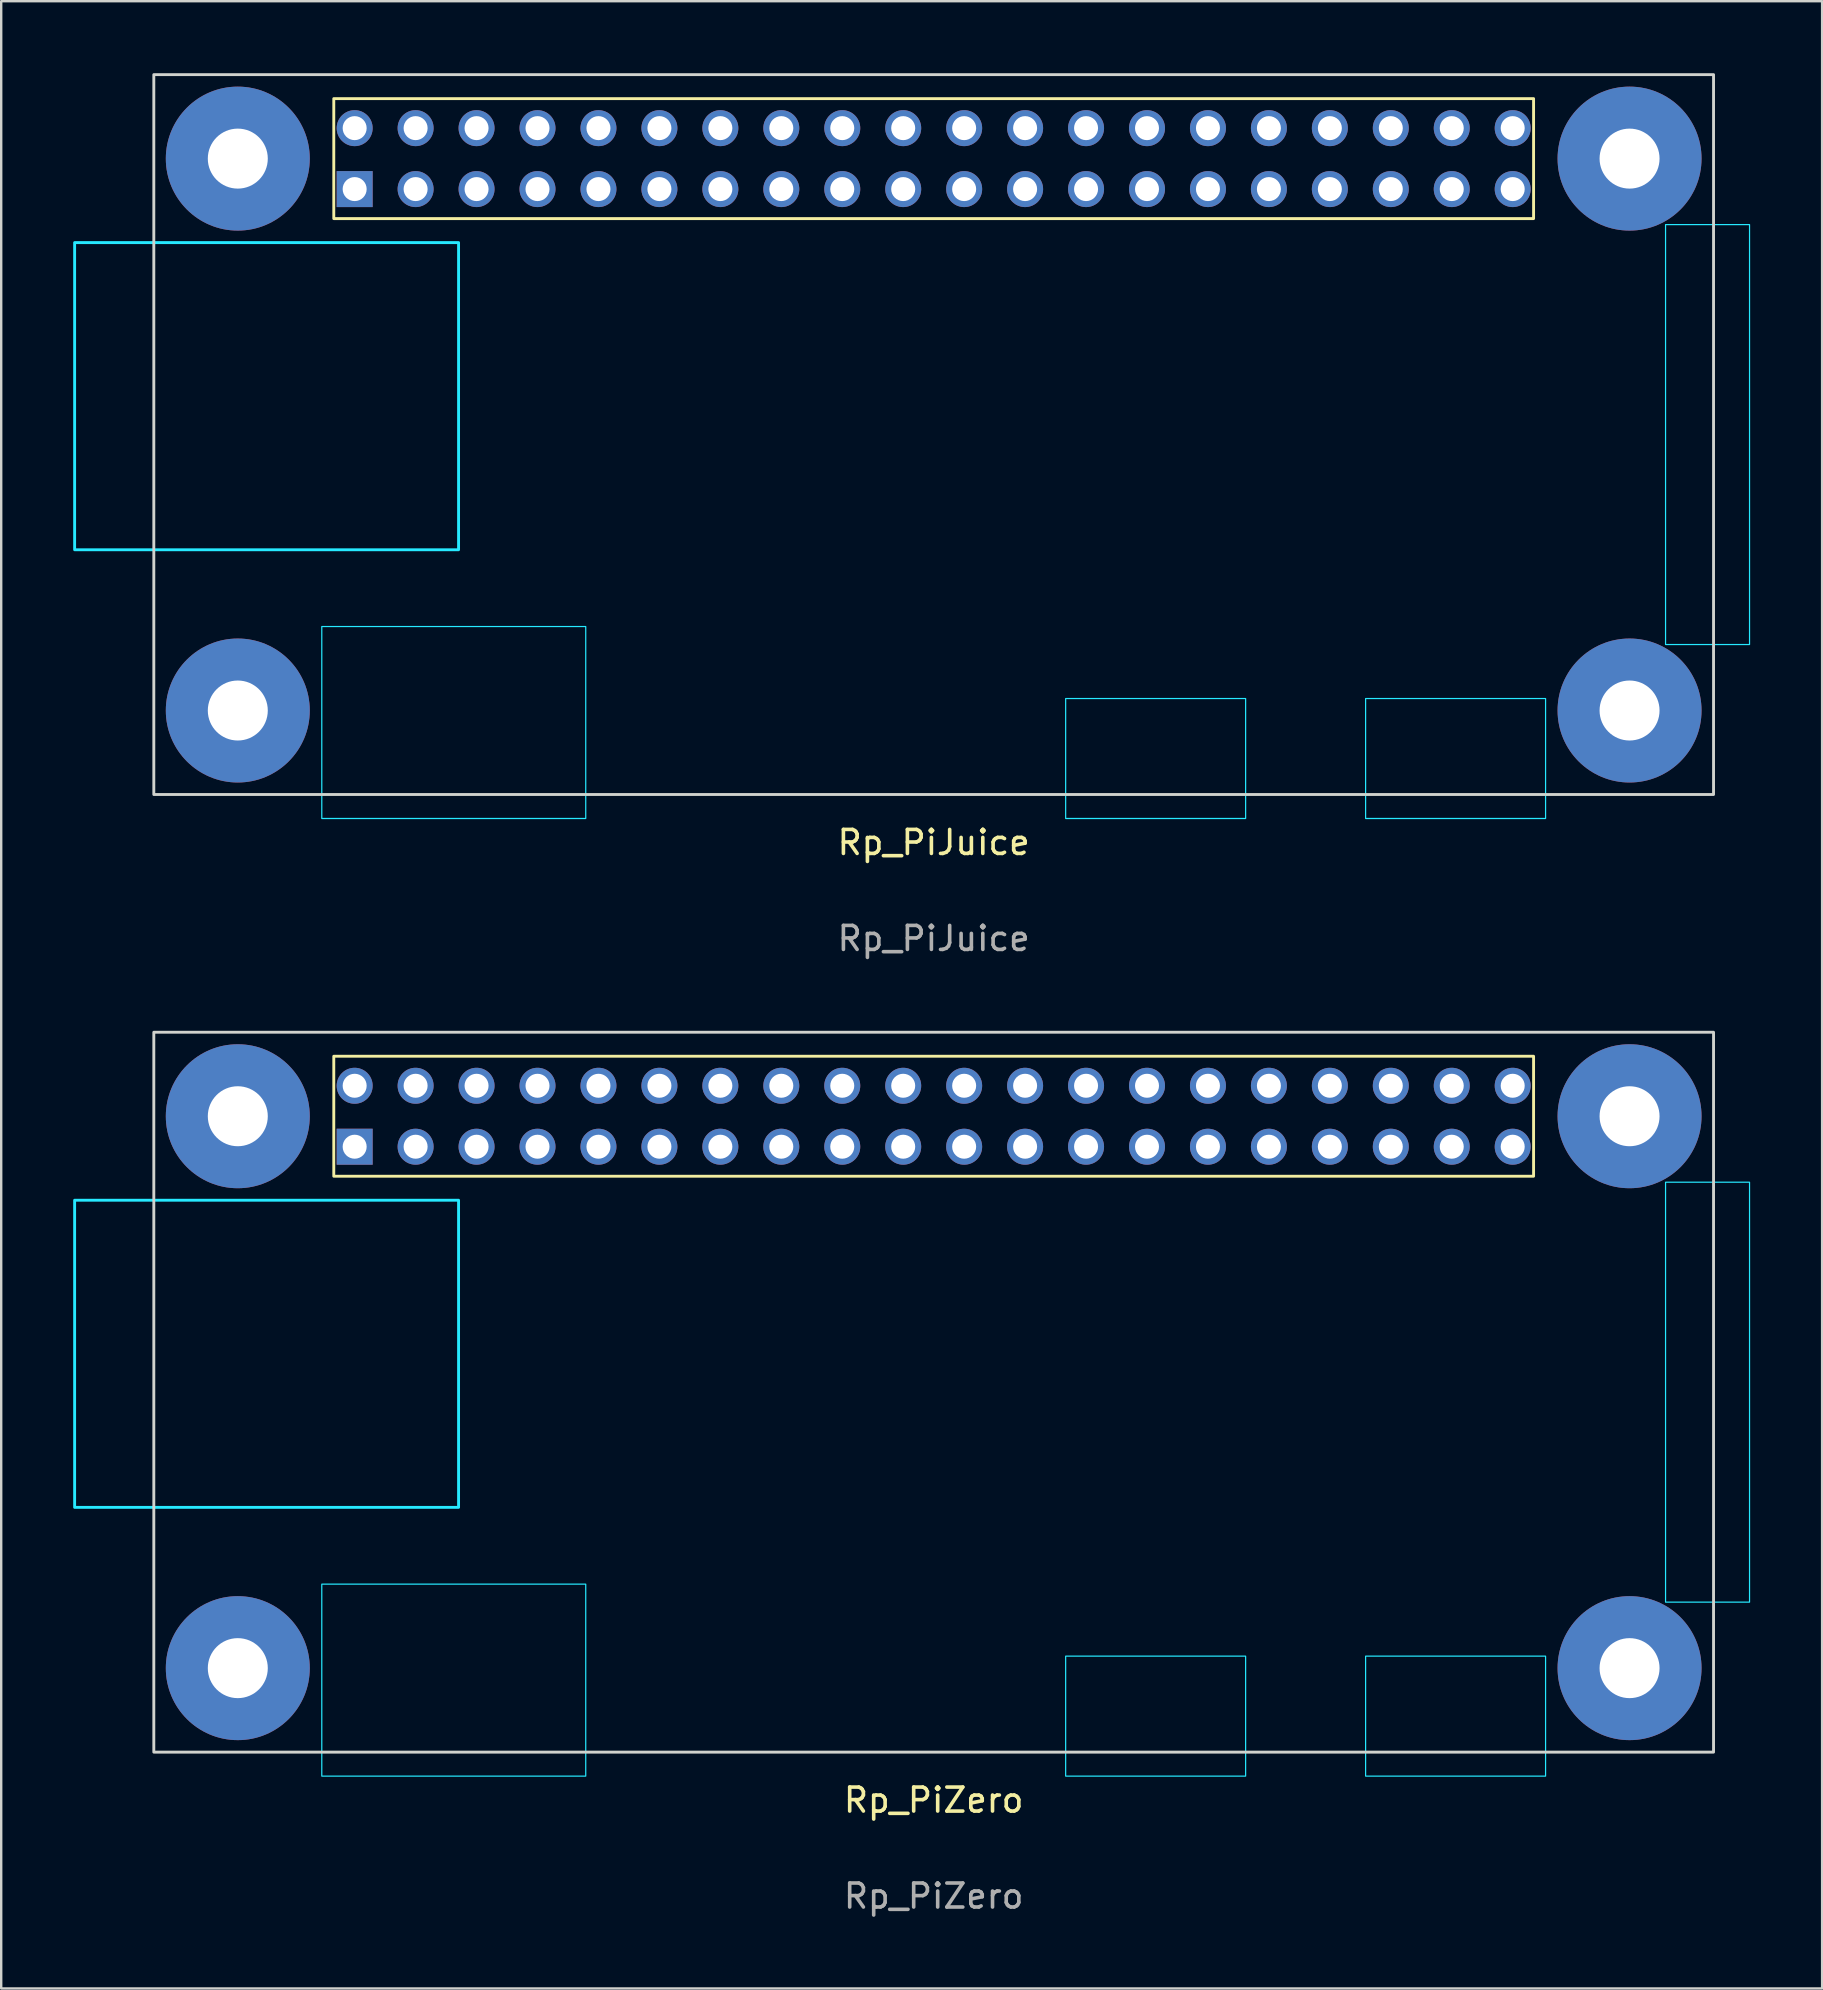
<source format=kicad_pcb>
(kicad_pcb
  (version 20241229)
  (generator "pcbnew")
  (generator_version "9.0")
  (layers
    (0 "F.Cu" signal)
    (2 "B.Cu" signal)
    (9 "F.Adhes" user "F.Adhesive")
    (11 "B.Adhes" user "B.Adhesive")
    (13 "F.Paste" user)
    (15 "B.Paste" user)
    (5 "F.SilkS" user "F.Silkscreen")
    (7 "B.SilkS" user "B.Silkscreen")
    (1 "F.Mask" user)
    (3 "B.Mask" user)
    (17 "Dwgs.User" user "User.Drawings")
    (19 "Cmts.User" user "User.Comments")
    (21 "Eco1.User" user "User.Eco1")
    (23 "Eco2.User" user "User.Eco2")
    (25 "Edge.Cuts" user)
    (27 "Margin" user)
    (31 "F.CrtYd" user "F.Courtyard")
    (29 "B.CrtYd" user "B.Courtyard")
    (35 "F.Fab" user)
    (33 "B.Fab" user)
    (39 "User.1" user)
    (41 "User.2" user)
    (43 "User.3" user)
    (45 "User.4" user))
  (footprint "Rp_PiZero"
    (layer "F.Cu")
    (at 35.86 54.968)
    (property "Reference" "Rp_PiZero" (at 0 17 0) (unlocked yes) (layer "F.SilkS") (effects (font (size 1 1) (thickness 0.15))))
    (attr smd)
    (fp_rect (start -25 -14) (end 25 -9) (stroke (width 0.12) (type solid)) (fill no) (layer "F.SilkS"))
    (fp_rect (start 32.5 15) (end -32.5 -15) (stroke (width 0.12) (type solid)) (fill no) (layer "Edge.Cuts"))
    (fp_rect (start -35.8 -8) (end -19.8 4.8) (stroke (width 0.12) (type solid)) (fill no) (layer "B.CrtYd"))
    (fp_rect (start -25.5 8) (end -14.5 16) (stroke (width 0.05) (type solid)) (fill no) (layer "B.CrtYd"))
    (fp_rect (start 5.5 11) (end 13 16) (stroke (width 0.05) (type solid)) (fill no) (layer "B.CrtYd"))
    (fp_rect (start 18 11) (end 25.5 16) (stroke (width 0.05) (type solid)) (fill no) (layer "B.CrtYd"))
    (fp_rect (start 34 -8.75) (end 30.5 8.75) (stroke (width 0.05) (type solid)) (fill no) (layer "B.CrtYd"))
    (fp_text user "${REFERENCE}" (at 0 21 0) (unlocked yes) (layer "F.Fab") (effects (font (size 1 1) (thickness 0.15))))
    (pad "" np_thru_hole circle (at -29 -11.5) (size 6 6) (drill 2.5) (layers "*.Cu" "*.Mask"))
    (pad "" np_thru_hole circle (at -29 11.5) (size 6 6) (drill 2.5) (layers "*.Cu" "*.Mask"))
    (pad "" np_thru_hole circle (at 29 -11.5) (size 6 6) (drill 2.5) (layers "*.Cu" "*.Mask"))
    (pad "" np_thru_hole circle (at 29 11.5) (size 6 6) (drill 2.5) (layers "*.Cu" "*.Mask"))
    (pad "1" thru_hole rect (at -24.13 -10.23) (size 1.5 1.5) (drill 1) (layers "*.Cu" "*.Mask"))
    (pad "2" thru_hole circle (at -24.13 -12.77) (size 1.5 1.5) (drill 1) (layers "*.Cu" "*.Mask"))
    (pad "3" thru_hole circle (at -21.59 -10.23) (size 1.5 1.5) (drill 1) (layers "*.Cu" "*.Mask"))
    (pad "4" thru_hole circle (at -21.59 -12.77) (size 1.5 1.5) (drill 1) (layers "*.Cu" "*.Mask"))
    (pad "5" thru_hole circle (at -19.05 -10.23) (size 1.5 1.5) (drill 1) (layers "*.Cu" "*.Mask"))
    (pad "6" thru_hole circle (at -19.05 -12.77) (size 1.5 1.5) (drill 1) (layers "*.Cu" "*.Mask"))
    (pad "7" thru_hole circle (at -16.51 -10.23) (size 1.5 1.5) (drill 1) (layers "*.Cu" "*.Mask"))
    (pad "8" thru_hole circle (at -16.51 -12.77) (size 1.5 1.5) (drill 1) (layers "*.Cu" "*.Mask"))
    (pad "9" thru_hole circle (at -13.97 -10.23) (size 1.5 1.5) (drill 1) (layers "*.Cu" "*.Mask"))
    (pad "10" thru_hole circle (at -13.97 -12.77) (size 1.5 1.5) (drill 1) (layers "*.Cu" "*.Mask"))
    (pad "11" thru_hole circle (at -11.43 -10.23) (size 1.5 1.5) (drill 1) (layers "*.Cu" "*.Mask"))
    (pad "12" thru_hole circle (at -11.43 -12.77) (size 1.5 1.5) (drill 1) (layers "*.Cu" "*.Mask"))
    (pad "13" thru_hole circle (at -8.89 -10.23) (size 1.5 1.5) (drill 1) (layers "*.Cu" "*.Mask"))
    (pad "14" thru_hole circle (at -8.89 -12.77) (size 1.5 1.5) (drill 1) (layers "*.Cu" "*.Mask"))
    (pad "15" thru_hole circle (at -6.35 -10.23) (size 1.5 1.5) (drill 1) (layers "*.Cu" "*.Mask"))
    (pad "16" thru_hole circle (at -6.35 -12.77) (size 1.5 1.5) (drill 1) (layers "*.Cu" "*.Mask"))
    (pad "17" thru_hole circle (at -3.81 -10.23) (size 1.5 1.5) (drill 1) (layers "*.Cu" "*.Mask"))
    (pad "18" thru_hole circle (at -3.81 -12.77) (size 1.5 1.5) (drill 1) (layers "*.Cu" "*.Mask"))
    (pad "19" thru_hole circle (at -1.27 -10.23) (size 1.5 1.5) (drill 1) (layers "*.Cu" "*.Mask"))
    (pad "20" thru_hole circle (at -1.27 -12.77) (size 1.5 1.5) (drill 1) (layers "*.Cu" "*.Mask"))
    (pad "21" thru_hole circle (at 1.27 -10.23) (size 1.5 1.5) (drill 1) (layers "*.Cu" "*.Mask"))
    (pad "22" thru_hole circle (at 1.27 -12.77) (size 1.5 1.5) (drill 1) (layers "*.Cu" "*.Mask"))
    (pad "23" thru_hole circle (at 3.81 -10.23) (size 1.5 1.5) (drill 1) (layers "*.Cu" "*.Mask"))
    (pad "24" thru_hole circle (at 3.81 -12.77) (size 1.5 1.5) (drill 1) (layers "*.Cu" "*.Mask"))
    (pad "25" thru_hole circle (at 6.35 -10.23) (size 1.5 1.5) (drill 1) (layers "*.Cu" "*.Mask"))
    (pad "26" thru_hole circle (at 6.35 -12.77) (size 1.5 1.5) (drill 1) (layers "*.Cu" "*.Mask"))
    (pad "27" thru_hole circle (at 8.89 -10.23) (size 1.5 1.5) (drill 1) (layers "*.Cu" "*.Mask"))
    (pad "28" thru_hole circle (at 8.89 -12.77) (size 1.5 1.5) (drill 1) (layers "*.Cu" "*.Mask"))
    (pad "29" thru_hole circle (at 11.43 -10.23) (size 1.5 1.5) (drill 1) (layers "*.Cu" "*.Mask"))
    (pad "30" thru_hole circle (at 11.43 -12.77) (size 1.5 1.5) (drill 1) (layers "*.Cu" "*.Mask"))
    (pad "31" thru_hole circle (at 13.97 -10.23) (size 1.5 1.5) (drill 1) (layers "*.Cu" "*.Mask"))
    (pad "32" thru_hole circle (at 13.97 -12.77) (size 1.5 1.5) (drill 1) (layers "*.Cu" "*.Mask"))
    (pad "33" thru_hole circle (at 16.51 -10.23) (size 1.5 1.5) (drill 1) (layers "*.Cu" "*.Mask"))
    (pad "34" thru_hole circle (at 16.51 -12.77) (size 1.5 1.5) (drill 1) (layers "*.Cu" "*.Mask"))
    (pad "35" thru_hole circle (at 19.05 -10.23) (size 1.5 1.5) (drill 1) (layers "*.Cu" "*.Mask"))
    (pad "36" thru_hole circle (at 19.05 -12.77) (size 1.5 1.5) (drill 1) (layers "*.Cu" "*.Mask"))
    (pad "37" thru_hole circle (at 21.59 -10.23) (size 1.5 1.5) (drill 1) (layers "*.Cu" "*.Mask"))
    (pad "38" thru_hole circle (at 21.59 -12.77) (size 1.5 1.5) (drill 1) (layers "*.Cu" "*.Mask"))
    (pad "39" thru_hole circle (at 24.13 -10.23) (size 1.5 1.5) (drill 1) (layers "*.Cu" "*.Mask"))
    (pad "40" thru_hole circle (at 24.13 -12.77) (size 1.5 1.5) (drill 1) (layers "*.Cu" "*.Mask")))
  (footprint "Rp_PiJuice"
    (layer "F.Cu")
    (at 35.86 15.06)
    (property "Reference" "Rp_PiJuice" (at 0 17 0) (unlocked yes) (layer "F.SilkS") (effects (font (size 1 1) (thickness 0.15))))
    (attr smd)
    (fp_rect (start -25 -14) (end 25 -9) (stroke (width 0.12) (type solid)) (fill no) (layer "F.SilkS"))
    (fp_rect (start 32.5 15) (end -32.5 -15) (stroke (width 0.12) (type solid)) (fill no) (layer "Edge.Cuts"))
    (fp_rect (start -35.8 -8) (end -19.8 4.8) (stroke (width 0.12) (type solid)) (fill no) (layer "B.CrtYd"))
    (fp_rect (start -25.5 8) (end -14.5 16) (stroke (width 0.05) (type solid)) (fill no) (layer "B.CrtYd"))
    (fp_rect (start 5.5 11) (end 13 16) (stroke (width 0.05) (type solid)) (fill no) (layer "B.CrtYd"))
    (fp_rect (start 18 11) (end 25.5 16) (stroke (width 0.05) (type solid)) (fill no) (layer "B.CrtYd"))
    (fp_rect (start 34 -8.75) (end 30.5 8.75) (stroke (width 0.05) (type solid)) (fill no) (layer "B.CrtYd"))
    (fp_text user "${REFERENCE}" (at 0 21 0) (unlocked yes) (layer "F.Fab") (effects (font (size 1 1) (thickness 0.15))))
    (pad "" np_thru_hole circle (at -29 -11.5) (size 6 6) (drill 2.5) (layers "*.Cu" "*.Mask"))
    (pad "" np_thru_hole circle (at -29 11.5) (size 6 6) (drill 2.5) (layers "*.Cu" "*.Mask"))
    (pad "" np_thru_hole circle (at 29 -11.5) (size 6 6) (drill 2.5) (layers "*.Cu" "*.Mask"))
    (pad "" np_thru_hole circle (at 29 11.5) (size 6 6) (drill 2.5) (layers "*.Cu" "*.Mask"))
    (pad "1" thru_hole rect (at -24.13 -10.23) (size 1.5 1.5) (drill 1) (layers "*.Cu" "*.Mask"))
    (pad "2" thru_hole circle (at -24.13 -12.77) (size 1.5 1.5) (drill 1) (layers "*.Cu" "*.Mask"))
    (pad "3" thru_hole circle (at -21.59 -10.23) (size 1.5 1.5) (drill 1) (layers "*.Cu" "*.Mask"))
    (pad "4" thru_hole circle (at -21.59 -12.77) (size 1.5 1.5) (drill 1) (layers "*.Cu" "*.Mask"))
    (pad "5" thru_hole circle (at -19.05 -10.23) (size 1.5 1.5) (drill 1) (layers "*.Cu" "*.Mask"))
    (pad "6" thru_hole circle (at -19.05 -12.77) (size 1.5 1.5) (drill 1) (layers "*.Cu" "*.Mask"))
    (pad "7" thru_hole circle (at -16.51 -10.23) (size 1.5 1.5) (drill 1) (layers "*.Cu" "*.Mask"))
    (pad "8" thru_hole circle (at -16.51 -12.77) (size 1.5 1.5) (drill 1) (layers "*.Cu" "*.Mask"))
    (pad "9" thru_hole circle (at -13.97 -10.23) (size 1.5 1.5) (drill 1) (layers "*.Cu" "*.Mask"))
    (pad "10" thru_hole circle (at -13.97 -12.77) (size 1.5 1.5) (drill 1) (layers "*.Cu" "*.Mask"))
    (pad "11" thru_hole circle (at -11.43 -10.23) (size 1.5 1.5) (drill 1) (layers "*.Cu" "*.Mask"))
    (pad "12" thru_hole circle (at -11.43 -12.77) (size 1.5 1.5) (drill 1) (layers "*.Cu" "*.Mask"))
    (pad "13" thru_hole circle (at -8.89 -10.23) (size 1.5 1.5) (drill 1) (layers "*.Cu" "*.Mask"))
    (pad "14" thru_hole circle (at -8.89 -12.77) (size 1.5 1.5) (drill 1) (layers "*.Cu" "*.Mask"))
    (pad "15" thru_hole circle (at -6.35 -10.23) (size 1.5 1.5) (drill 1) (layers "*.Cu" "*.Mask"))
    (pad "16" thru_hole circle (at -6.35 -12.77) (size 1.5 1.5) (drill 1) (layers "*.Cu" "*.Mask"))
    (pad "17" thru_hole circle (at -3.81 -10.23) (size 1.5 1.5) (drill 1) (layers "*.Cu" "*.Mask"))
    (pad "18" thru_hole circle (at -3.81 -12.77) (size 1.5 1.5) (drill 1) (layers "*.Cu" "*.Mask"))
    (pad "19" thru_hole circle (at -1.27 -10.23) (size 1.5 1.5) (drill 1) (layers "*.Cu" "*.Mask"))
    (pad "20" thru_hole circle (at -1.27 -12.77) (size 1.5 1.5) (drill 1) (layers "*.Cu" "*.Mask"))
    (pad "21" thru_hole circle (at 1.27 -10.23) (size 1.5 1.5) (drill 1) (layers "*.Cu" "*.Mask"))
    (pad "22" thru_hole circle (at 1.27 -12.77) (size 1.5 1.5) (drill 1) (layers "*.Cu" "*.Mask"))
    (pad "23" thru_hole circle (at 3.81 -10.23) (size 1.5 1.5) (drill 1) (layers "*.Cu" "*.Mask"))
    (pad "24" thru_hole circle (at 3.81 -12.77) (size 1.5 1.5) (drill 1) (layers "*.Cu" "*.Mask"))
    (pad "25" thru_hole circle (at 6.35 -10.23) (size 1.5 1.5) (drill 1) (layers "*.Cu" "*.Mask"))
    (pad "26" thru_hole circle (at 6.35 -12.77) (size 1.5 1.5) (drill 1) (layers "*.Cu" "*.Mask"))
    (pad "27" thru_hole circle (at 8.89 -10.23) (size 1.5 1.5) (drill 1) (layers "*.Cu" "*.Mask"))
    (pad "28" thru_hole circle (at 8.89 -12.77) (size 1.5 1.5) (drill 1) (layers "*.Cu" "*.Mask"))
    (pad "29" thru_hole circle (at 11.43 -10.23) (size 1.5 1.5) (drill 1) (layers "*.Cu" "*.Mask"))
    (pad "30" thru_hole circle (at 11.43 -12.77) (size 1.5 1.5) (drill 1) (layers "*.Cu" "*.Mask"))
    (pad "31" thru_hole circle (at 13.97 -10.23) (size 1.5 1.5) (drill 1) (layers "*.Cu" "*.Mask"))
    (pad "32" thru_hole circle (at 13.97 -12.77) (size 1.5 1.5) (drill 1) (layers "*.Cu" "*.Mask"))
    (pad "33" thru_hole circle (at 16.51 -10.23) (size 1.5 1.5) (drill 1) (layers "*.Cu" "*.Mask"))
    (pad "34" thru_hole circle (at 16.51 -12.77) (size 1.5 1.5) (drill 1) (layers "*.Cu" "*.Mask"))
    (pad "35" thru_hole circle (at 19.05 -10.23) (size 1.5 1.5) (drill 1) (layers "*.Cu" "*.Mask"))
    (pad "36" thru_hole circle (at 19.05 -12.77) (size 1.5 1.5) (drill 1) (layers "*.Cu" "*.Mask"))
    (pad "37" thru_hole circle (at 21.59 -10.23) (size 1.5 1.5) (drill 1) (layers "*.Cu" "*.Mask"))
    (pad "38" thru_hole circle (at 21.59 -12.77) (size 1.5 1.5) (drill 1) (layers "*.Cu" "*.Mask"))
    (pad "39" thru_hole circle (at 24.13 -10.23) (size 1.5 1.5) (drill 1) (layers "*.Cu" "*.Mask"))
    (pad "40" thru_hole circle (at 24.13 -12.77) (size 1.5 1.5) (drill 1) (layers "*.Cu" "*.Mask")))
  (gr_rect
    (start -3 -3)
    (end 72.885 79.817)
    (stroke (width 0.1) (type default))
    (fill no)
    (layer "Edge.Cuts")))
</source>
